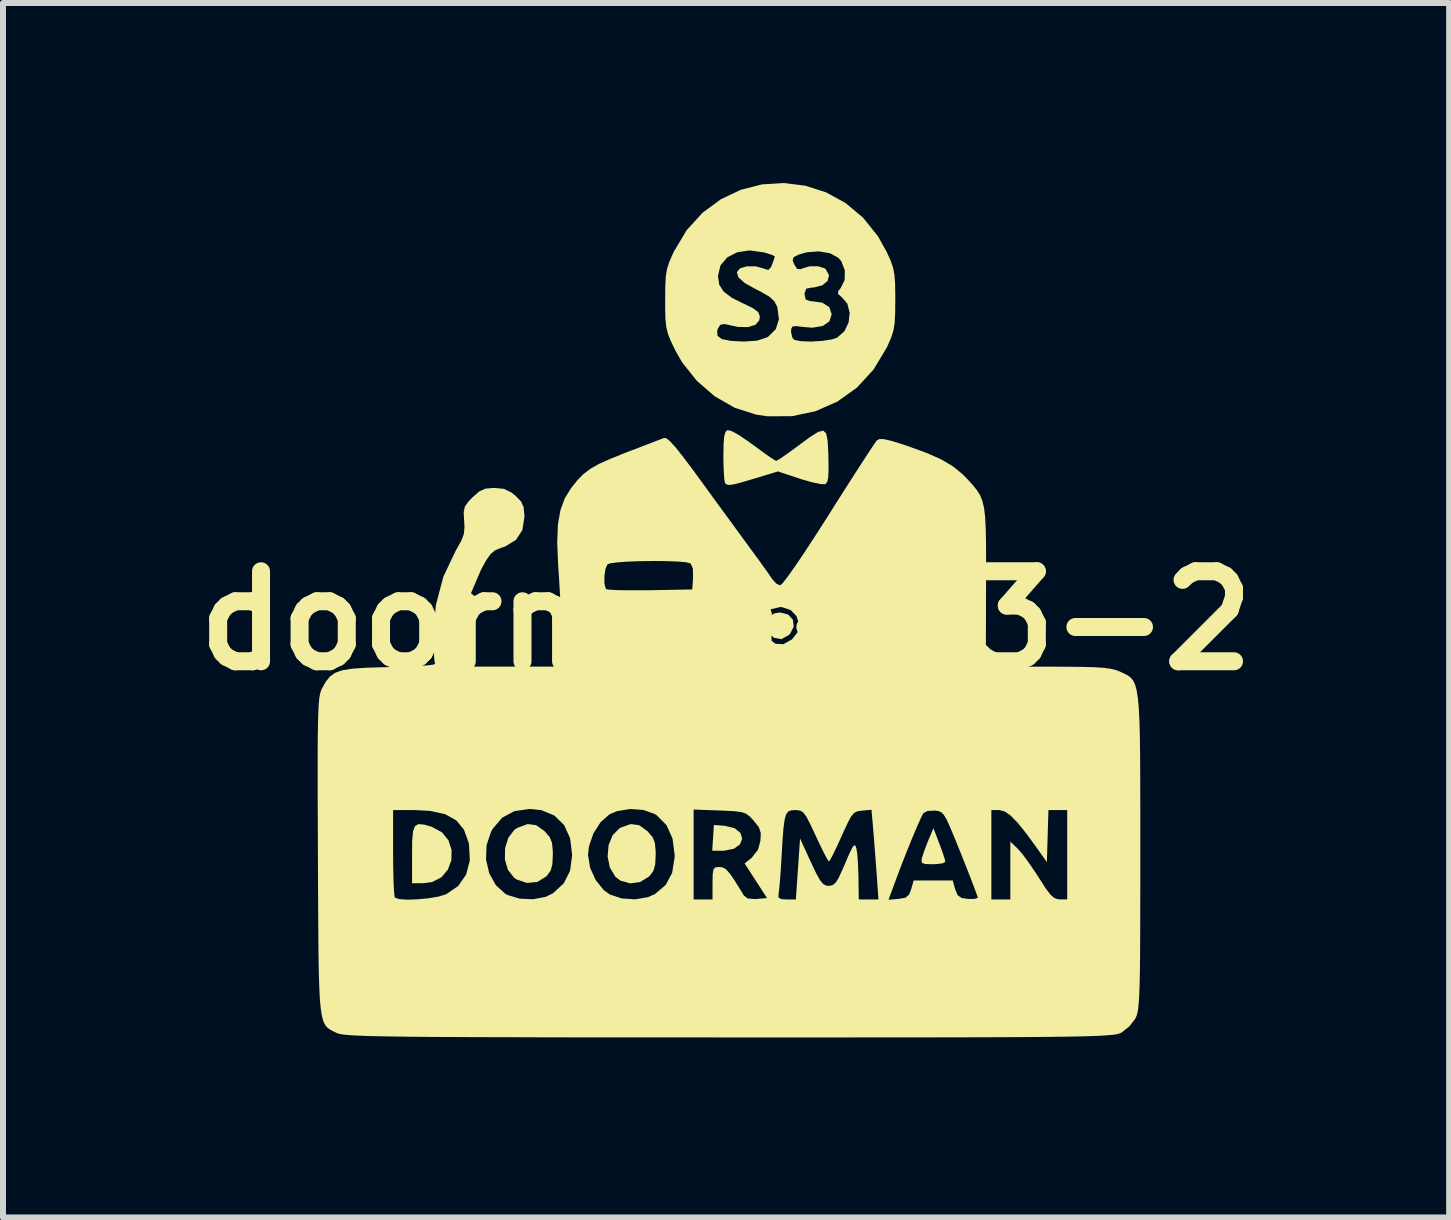
<source format=kicad_pcb>
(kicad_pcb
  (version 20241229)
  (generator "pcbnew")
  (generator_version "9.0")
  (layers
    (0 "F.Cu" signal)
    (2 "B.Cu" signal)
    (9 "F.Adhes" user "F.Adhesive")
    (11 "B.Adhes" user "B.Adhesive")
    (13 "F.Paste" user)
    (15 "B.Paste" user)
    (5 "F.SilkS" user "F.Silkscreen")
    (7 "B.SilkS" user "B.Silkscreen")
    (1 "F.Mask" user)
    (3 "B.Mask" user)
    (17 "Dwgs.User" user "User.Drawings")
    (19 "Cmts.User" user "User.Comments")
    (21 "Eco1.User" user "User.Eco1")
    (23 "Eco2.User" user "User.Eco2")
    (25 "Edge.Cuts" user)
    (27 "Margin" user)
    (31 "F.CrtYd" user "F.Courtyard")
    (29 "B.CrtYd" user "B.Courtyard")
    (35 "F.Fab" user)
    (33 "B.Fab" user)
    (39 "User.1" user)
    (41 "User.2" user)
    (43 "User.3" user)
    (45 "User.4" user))
  (footprint "doorman-s3-2"
    (layer "F.Cu")
    (at 9.05 7.292)
    (property "Reference" "doorman-s3-2" (at 0 0 0) (layer "F.SilkS") (effects (font (size 1.5 1.5) (thickness 0.3))))
    (attr board_only exclude_from_pos_files exclude_from_bom)
    (fp_poly (pts (xy -0.023 3.42) (xy 0.142 3.46) (xy 0.239 3.538) (xy 0.268 3.634) (xy 0.232 3.729) (xy 0.131 3.802) (xy -0.032 3.835) (xy -0.051 3.835) (xy -0.231 3.835) (xy -0.217 3.621) (xy -0.203 3.406)) (stroke (width 0) (type solid)) (fill yes) (layer "F.SilkS"))
    (fp_poly (pts (xy 1.035 -0.101) (xy 1.114 -0.013) (xy 1.127 0.102) (xy 1.066 0.22) (xy 1.045 0.241) (xy 0.922 0.309) (xy 0.803 0.288) (xy 0.748 0.245) (xy 0.688 0.134) (xy 0.685 0.008) (xy 0.731 -0.081) (xy 0.815 -0.123) (xy 0.902 -0.135)) (stroke (width 0) (type solid)) (fill yes) (layer "F.SilkS"))
    (fp_poly (pts (xy 3.555 3.719) (xy 3.608 3.863) (xy 3.644 3.973) (xy 3.654 4.019) (xy 3.614 4.044) (xy 3.512 4.058) (xy 3.446 4.06) (xy 3.321 4.057) (xy 3.265 4.038) (xy 3.257 3.992) (xy 3.265 3.953) (xy 3.3 3.845) (xy 3.354 3.703) (xy 3.374 3.653) (xy 3.456 3.46)) (stroke (width 0) (type solid)) (fill yes) (layer "F.SilkS"))
    (fp_poly (pts (xy -5.028 3.401) (xy -4.907 3.436) (xy -4.736 3.528) (xy -4.626 3.663) (xy -4.574 3.825) (xy -4.578 3.993) (xy -4.636 4.15) (xy -4.744 4.278) (xy -4.901 4.358) (xy -5.037 4.376) (xy -5.233 4.376) (xy -5.233 3.901) (xy -5.231 3.668) (xy -5.217 3.513) (xy -5.184 3.425) (xy -5.124 3.391)) (stroke (width 0) (type solid)) (fill yes) (layer "F.SilkS"))
    (fp_poly (pts (xy -3.165 3.409) (xy -3.027 3.508) (xy -3.019 3.516) (xy -2.941 3.607) (xy -2.901 3.701) (xy -2.888 3.835) (xy -2.887 3.901) (xy -2.895 4.063) (xy -2.925 4.17) (xy -2.988 4.255) (xy -2.998 4.265) (xy -3.147 4.356) (xy -3.321 4.372) (xy -3.491 4.314) (xy -3.534 4.284) (xy -3.637 4.152) (xy -3.686 3.98) (xy -3.683 3.794) (xy -3.63 3.621) (xy -3.529 3.488) (xy -3.474 3.452) (xy -3.306 3.391)) (stroke (width 0) (type solid)) (fill yes) (layer "F.SilkS"))
    (fp_poly (pts (xy -1.448 3.41) (xy -1.309 3.511) (xy -1.305 3.516) (xy -1.226 3.607) (xy -1.187 3.701) (xy -1.174 3.835) (xy -1.173 3.901) (xy -1.181 4.063) (xy -1.211 4.17) (xy -1.273 4.255) (xy -1.284 4.265) (xy -1.43 4.356) (xy -1.599 4.379) (xy -1.76 4.334) (xy -1.844 4.27) (xy -1.937 4.115) (xy -1.974 3.931) (xy -1.958 3.743) (xy -1.891 3.577) (xy -1.775 3.46) (xy -1.758 3.451) (xy -1.59 3.391)) (stroke (width 0) (type solid)) (fill yes) (layer "F.SilkS"))
    (fp_poly (pts (xy 0.089 -3.16) (xy 0.211 -3.094) (xy 0.373 -2.984) (xy 0.446 -2.931) (xy 0.601 -2.817) (xy 0.728 -2.727) (xy 0.813 -2.672) (xy 0.835 -2.662) (xy 0.883 -2.687) (xy 0.985 -2.756) (xy 1.123 -2.855) (xy 1.205 -2.916) (xy 1.399 -3.059) (xy 1.533 -3.144) (xy 1.619 -3.165) (xy 1.668 -3.12) (xy 1.692 -3.003) (xy 1.703 -2.811) (xy 1.705 -2.74) (xy 1.708 -2.53) (xy 1.703 -2.393) (xy 1.688 -2.315) (xy 1.659 -2.278) (xy 1.65 -2.273) (xy 1.578 -2.275) (xy 1.446 -2.302) (xy 1.278 -2.349) (xy 1.223 -2.367) (xy 0.864 -2.486) (xy 0.486 -2.371) (xy 0.282 -2.31) (xy 0.148 -2.274) (xy 0.064 -2.26) (xy 0.016 -2.265) (xy -0.015 -2.286) (xy -0.028 -2.341) (xy -0.038 -2.466) (xy -0.044 -2.636) (xy -0.045 -2.732) (xy -0.042 -2.939) (xy -0.031 -3.072) (xy -0.009 -3.145) (xy 0.022 -3.174)) (stroke (width 0) (type solid)) (fill yes) (layer "F.SilkS"))
    (fp_poly (pts (xy 1.318 -7.248) (xy 1.665 -7.137) (xy 1.991 -6.959) (xy 2.283 -6.714) (xy 2.533 -6.402) (xy 2.675 -6.147) (xy 2.74 -6.005) (xy 2.781 -5.887) (xy 2.805 -5.767) (xy 2.817 -5.616) (xy 2.82 -5.409) (xy 2.82 -5.346) (xy 2.818 -5.121) (xy 2.809 -4.959) (xy 2.789 -4.834) (xy 2.752 -4.718) (xy 2.694 -4.584) (xy 2.675 -4.545) (xy 2.457 -4.183) (xy 2.18 -3.882) (xy 1.854 -3.649) (xy 1.49 -3.489) (xy 1.097 -3.406) (xy 0.685 -3.405) (xy 0.498 -3.433) (xy 0.145 -3.546) (xy -0.189 -3.737) (xy -0.486 -3.994) (xy -0.733 -4.304) (xy -0.846 -4.502) (xy -0.92 -4.657) (xy -0.969 -4.778) (xy -0.98 -4.825) (xy -0.149 -4.825) (xy -0.142 -4.745) (xy -0.069 -4.691) (xy 0.08 -4.661) (xy 0.293 -4.65) (xy 0.515 -4.665) (xy 0.677 -4.718) (xy 0.704 -4.733) (xy 0.783 -4.811) (xy 1.083 -4.811) (xy 1.103 -4.718) (xy 1.139 -4.677) (xy 1.254 -4.655) (xy 1.421 -4.65) (xy 1.601 -4.661) (xy 1.76 -4.685) (xy 1.846 -4.712) (xy 1.97 -4.819) (xy 2.042 -4.968) (xy 2.06 -5.131) (xy 2.02 -5.283) (xy 1.928 -5.39) (xy 1.864 -5.445) (xy 1.871 -5.494) (xy 1.909 -5.54) (xy 1.976 -5.675) (xy 1.979 -5.836) (xy 1.921 -5.987) (xy 1.871 -6.046) (xy 1.734 -6.121) (xy 1.548 -6.153) (xy 1.345 -6.138) (xy 1.207 -6.098) (xy 1.123 -6.054) (xy 1.11 -5.999) (xy 1.135 -5.936) (xy 1.185 -5.859) (xy 1.246 -5.857) (xy 1.267 -5.867) (xy 1.391 -5.904) (xy 1.53 -5.905) (xy 1.64 -5.872) (xy 1.66 -5.856) (xy 1.715 -5.756) (xy 1.692 -5.661) (xy 1.604 -5.587) (xy 1.463 -5.551) (xy 1.424 -5.549) (xy 1.337 -5.532) (xy 1.309 -5.462) (xy 1.308 -5.436) (xy 1.327 -5.35) (xy 1.4 -5.324) (xy 1.418 -5.324) (xy 1.603 -5.298) (xy 1.719 -5.225) (xy 1.759 -5.107) (xy 1.76 -5.105) (xy 1.721 -4.985) (xy 1.61 -4.909) (xy 1.438 -4.881) (xy 1.286 -4.893) (xy 1.162 -4.908) (xy 1.102 -4.898) (xy 1.084 -4.854) (xy 1.083 -4.811) (xy 0.783 -4.811) (xy 0.829 -4.857) (xy 0.881 -5.024) (xy 0.855 -5.22) (xy 0.85 -5.235) (xy 0.803 -5.323) (xy 0.72 -5.399) (xy 0.579 -5.481) (xy 0.502 -5.519) (xy 0.312 -5.625) (xy 0.204 -5.722) (xy 0.18 -5.807) (xy 0.232 -5.87) (xy 0.348 -5.904) (xy 0.496 -5.903) (xy 0.628 -5.867) (xy 0.635 -5.863) (xy 0.704 -5.843) (xy 0.748 -5.889) (xy 0.767 -5.934) (xy 0.8 -6.025) (xy 0.812 -6.069) (xy 0.773 -6.091) (xy 0.675 -6.123) (xy 0.627 -6.137) (xy 0.392 -6.169) (xy 0.185 -6.138) (xy 0.018 -6.052) (xy -0.093 -5.919) (xy -0.135 -5.745) (xy -0.135 -5.74) (xy -0.114 -5.598) (xy -0.04 -5.482) (xy 0.098 -5.378) (xy 0.292 -5.282) (xy 0.449 -5.206) (xy 0.535 -5.141) (xy 0.563 -5.071) (xy 0.554 -5.005) (xy 0.491 -4.93) (xy 0.368 -4.891) (xy 0.205 -4.893) (xy 0.109 -4.913) (xy -0.024 -4.942) (xy -0.097 -4.929) (xy -0.137 -4.865) (xy -0.149 -4.825) (xy -0.98 -4.825) (xy -0.997 -4.893) (xy -1.011 -5.029) (xy -1.015 -5.212) (xy -1.015 -5.344) (xy -1.013 -5.569) (xy -1.005 -5.732) (xy -0.985 -5.857) (xy -0.948 -5.973) (xy -0.89 -6.106) (xy -0.871 -6.147) (xy -0.657 -6.506) (xy -0.392 -6.797) (xy -0.088 -7.021) (xy 0.245 -7.179) (xy 0.597 -7.269) (xy 0.958 -7.292)) (stroke (width 0) (type solid)) (fill yes) (layer "F.SilkS"))
    (fp_poly (pts (xy -0.993 -3.037) (xy -0.931 -2.986) (xy -0.84 -2.885) (xy -0.714 -2.726) (xy -0.547 -2.504) (xy -0.425 -2.337) (xy -0.237 -2.078) (xy -0.043 -1.813) (xy 0.141 -1.561) (xy 0.3 -1.343) (xy 0.408 -1.196) (xy 0.536 -1.021) (xy 0.65 -0.863) (xy 0.734 -0.743) (xy 0.771 -0.688) (xy 0.842 -0.612) (xy 0.902 -0.587) (xy 0.944 -0.625) (xy 1.027 -0.732) (xy 1.147 -0.901) (xy 1.298 -1.124) (xy 1.475 -1.394) (xy 1.673 -1.703) (xy 1.714 -1.768) (xy 1.9 -2.062) (xy 2.073 -2.334) (xy 2.227 -2.573) (xy 2.354 -2.768) (xy 2.448 -2.911) (xy 2.504 -2.992) (xy 2.515 -3.004) (xy 2.557 -3.026) (xy 2.63 -3.024) (xy 2.751 -2.996) (xy 2.934 -2.94) (xy 3.028 -2.908) (xy 3.345 -2.793) (xy 3.592 -2.683) (xy 3.786 -2.567) (xy 3.946 -2.435) (xy 4.028 -2.351) (xy 4.113 -2.257) (xy 4.18 -2.173) (xy 4.233 -2.09) (xy 4.271 -1.995) (xy 4.299 -1.878) (xy 4.317 -1.727) (xy 4.327 -1.531) (xy 4.332 -1.279) (xy 4.333 -0.959) (xy 4.332 -0.562) (xy 4.329 0.767) (xy 5.357 0.768) (xy 5.696 0.769) (xy 5.957 0.772) (xy 6.155 0.778) (xy 6.301 0.788) (xy 6.409 0.803) (xy 6.492 0.823) (xy 6.562 0.85) (xy 6.568 0.852) (xy 6.635 0.883) (xy 6.693 0.913) (xy 6.742 0.949) (xy 6.783 0.998) (xy 6.816 1.067) (xy 6.842 1.162) (xy 6.863 1.292) (xy 6.878 1.462) (xy 6.889 1.679) (xy 6.896 1.95) (xy 6.9 2.283) (xy 6.902 2.684) (xy 6.903 3.159) (xy 6.903 3.716) (xy 6.903 3.865) (xy 6.903 4.418) (xy 6.902 4.888) (xy 6.901 5.283) (xy 6.899 5.609) (xy 6.896 5.874) (xy 6.891 6.084) (xy 6.885 6.249) (xy 6.877 6.373) (xy 6.868 6.466) (xy 6.856 6.533) (xy 6.842 6.583) (xy 6.825 6.622) (xy 6.82 6.633) (xy 6.722 6.761) (xy 6.596 6.862) (xy 6.583 6.869) (xy 6.558 6.88) (xy 6.524 6.89) (xy 6.477 6.899) (xy 6.412 6.906) (xy 6.325 6.913) (xy 6.212 6.92) (xy 6.068 6.925) (xy 5.888 6.93) (xy 5.669 6.934) (xy 5.405 6.937) (xy 5.092 6.94) (xy 4.726 6.942) (xy 4.302 6.944) (xy 3.817 6.945) (xy 3.264 6.946) (xy 2.64 6.946) (xy 1.941 6.947) (xy 1.161 6.947) (xy 0.297 6.947) (xy 0.045 6.947) (xy -0.848 6.946) (xy -1.655 6.946) (xy -2.38 6.946) (xy -3.029 6.945) (xy -3.604 6.943) (xy -4.112 6.942) (xy -4.555 6.94) (xy -4.94 6.938) (xy -5.269 6.935) (xy -5.547 6.931) (xy -5.779 6.927) (xy -5.969 6.923) (xy -6.122 6.917) (xy -6.241 6.911) (xy -6.332 6.904) (xy -6.398 6.896) (xy -6.445 6.887) (xy -6.476 6.878) (xy -6.483 6.875) (xy -6.546 6.845) (xy -6.599 6.817) (xy -6.644 6.784) (xy -6.681 6.739) (xy -6.712 6.675) (xy -6.736 6.585) (xy -6.755 6.463) (xy -6.77 6.301) (xy -6.78 6.093) (xy -6.788 5.831) (xy -6.793 5.508) (xy -6.796 5.119) (xy -6.799 4.655) (xy -6.799 4.652) (xy 2.707 4.652) (xy 2.875 4.638) (xy 2.991 4.618) (xy 3.052 4.564) (xy 3.084 4.478) (xy 3.126 4.331) (xy 3.451 4.331) (xy 3.777 4.331) (xy 3.818 4.478) (xy 3.86 4.578) (xy 3.928 4.623) (xy 4.028 4.638) (xy 4.136 4.639) (xy 4.192 4.622) (xy 4.195 4.616) (xy 4.178 4.564) (xy 4.133 4.443) (xy 4.066 4.267) (xy 3.981 4.052) (xy 3.913 3.88) (xy 3.809 3.623) (xy 3.732 3.439) (xy 3.674 3.313) (xy 3.627 3.235) (xy 3.584 3.193) (xy 3.539 3.174) (xy 3.483 3.166) (xy 3.479 3.166) (xy 3.354 3.173) (xy 3.287 3.211) (xy 3.244 3.295) (xy 3.178 3.445) (xy 3.095 3.641) (xy 3.004 3.866) (xy 2.912 4.101) (xy 2.843 4.285) (xy 2.707 4.652) (xy -6.799 4.652) (xy -6.801 4.11) (xy -6.802 3.925) (xy -6.804 3.368) (xy -6.805 3.158) (xy -5.549 3.158) (xy -5.549 3.872) (xy -5.547 4.118) (xy -5.542 4.33) (xy -5.535 4.495) (xy -5.525 4.595) (xy -5.519 4.617) (xy -5.446 4.642) (xy -5.31 4.651) (xy -5.138 4.645) (xy -4.955 4.627) (xy -4.789 4.599) (xy -4.664 4.561) (xy -4.662 4.559) (xy -4.465 4.424) (xy -4.332 4.233) (xy -4.271 3.999) (xy -4.271 3.983) (xy -4 3.983) (xy -3.947 4.211) (xy -3.839 4.407) (xy -3.682 4.551) (xy -3.643 4.573) (xy -3.44 4.634) (xy -3.215 4.644) (xy -3.003 4.603) (xy -2.885 4.545) (xy -2.705 4.379) (xy -2.6 4.17) (xy -2.565 3.909) (xy -2.565 3.906) (xy -2.565 3.905) (xy -2.301 3.905) (xy -2.266 4.119) (xy -2.173 4.324) (xy -2.039 4.491) (xy -1.94 4.563) (xy -1.74 4.63) (xy -1.513 4.645) (xy -1.298 4.608) (xy -1.184 4.557) (xy -1.006 4.405) (xy -0.899 4.205) (xy -0.858 3.948) (xy -0.857 3.909) (xy -0.892 3.634) (xy -0.992 3.41) (xy -1.155 3.245) (xy -1.189 3.223) (xy -1.377 3.156) (xy -1.47 3.149) (xy -0.541 3.149) (xy -0.541 3.898) (xy -0.541 4.647) (xy -0.383 4.647) (xy -0.226 4.647) (xy -0.226 4.376) (xy -0.223 4.226) (xy -0.21 4.145) (xy -0.178 4.112) (xy -0.117 4.106) (xy -0.112 4.106) (xy -0.054 4.114) (xy 0.000366 4.146) (xy 0.063 4.216) (xy 0.145 4.336) (xy 0.258 4.518) (xy 0.293 4.578) (xy 0.36 4.631) (xy 0.485 4.641) (xy 0.511 4.639) (xy 0.683 4.624) (xy 0.676 4.614) (xy 0.873 4.614) (xy 0.919 4.642) (xy 1.009 4.647) (xy 1.163 4.647) (xy 1.198 4.139) (xy 1.233 3.632) (xy 1.414 4.027) (xy 1.502 4.212) (xy 1.567 4.329) (xy 1.62 4.392) (xy 1.672 4.418) (xy 1.711 4.421) (xy 1.771 4.411) (xy 1.822 4.373) (xy 1.875 4.29) (xy 1.942 4.145) (xy 1.983 4.049) (xy 2.058 3.876) (xy 2.107 3.777) (xy 2.139 3.742) (xy 2.16 3.761) (xy 2.17 3.79) (xy 2.186 3.888) (xy 2.198 4.045) (xy 2.205 4.232) (xy 2.206 4.275) (xy 2.211 4.647) (xy 2.375 4.647) (xy 2.539 4.647) (xy 2.51 4.23) (xy 2.492 3.992) (xy 2.473 3.74) (xy 2.455 3.521) (xy 2.452 3.483) (xy 2.424 3.158) (xy 4.421 3.158) (xy 4.421 3.902) (xy 4.421 4.647) (xy 4.579 4.647) (xy 4.737 4.647) (xy 4.737 4.165) (xy 4.737 3.683) (xy 4.861 3.802) (xy 4.941 3.894) (xy 5.048 4.039) (xy 5.164 4.21) (xy 5.211 4.283) (xy 5.322 4.456) (xy 5.404 4.565) (xy 5.469 4.623) (xy 5.532 4.644) (xy 5.56 4.646) (xy 5.685 4.647) (xy 5.685 3.902) (xy 5.685 3.158) (xy 5.528 3.158) (xy 5.372 3.158) (xy 5.359 3.592) (xy 5.346 4.026) (xy 5.191 3.806) (xy 5.007 3.553) (xy 4.859 3.369) (xy 4.74 3.247) (xy 4.642 3.18) (xy 4.556 3.158) (xy 4.552 3.158) (xy 4.421 3.158) (xy 2.424 3.158) (xy 2.423 3.153) (xy 2.266 3.167) (xy 2.192 3.177) (xy 2.137 3.203) (xy 2.086 3.261) (xy 2.029 3.366) (xy 1.952 3.533) (xy 1.923 3.598) (xy 1.843 3.773) (xy 1.776 3.911) (xy 1.729 3.997) (xy 1.714 4.015) (xy 1.687 3.977) (xy 1.631 3.873) (xy 1.557 3.721) (xy 1.494 3.587) (xy 1.404 3.395) (xy 1.34 3.271) (xy 1.289 3.2) (xy 1.239 3.168) (xy 1.178 3.158) (xy 1.15 3.158) (xy 1.084 3.162) (xy 1.035 3.182) (xy 1 3.231) (xy 0.975 3.32) (xy 0.956 3.464) (xy 0.94 3.672) (xy 0.924 3.948) (xy 0.911 4.16) (xy 0.897 4.348) (xy 0.884 4.487) (xy 0.876 4.545) (xy 0.873 4.614) (xy 0.676 4.614) (xy 0.496 4.336) (xy 0.309 4.047) (xy 0.428 3.952) (xy 0.532 3.818) (xy 0.572 3.672) (xy 0.579 3.543) (xy 0.547 3.445) (xy 0.461 3.335) (xy 0.46 3.334) (xy 0.393 3.263) (xy 0.332 3.217) (xy 0.253 3.191) (xy 0.135 3.176) (xy -0.045 3.167) (xy -0.109 3.165) (xy -0.541 3.149) (xy -1.47 3.149) (xy -1.6 3.14) (xy -1.819 3.176) (xy -1.942 3.228) (xy -2.091 3.359) (xy -2.211 3.547) (xy -2.285 3.761) (xy -2.301 3.905) (xy -2.565 3.905) (xy -2.599 3.628) (xy -2.699 3.408) (xy -2.86 3.25) (xy -3.077 3.159) (xy -3.271 3.139) (xy -3.527 3.175) (xy -3.732 3.285) (xy -3.889 3.47) (xy -3.917 3.52) (xy -3.992 3.745) (xy -4 3.983) (xy -4.271 3.983) (xy -4.284 3.734) (xy -4.291 3.7) (xy -4.368 3.485) (xy -4.496 3.329) (xy -4.682 3.226) (xy -4.934 3.171) (xy -5.187 3.158) (xy -5.549 3.158) (xy -6.805 3.158) (xy -6.806 2.894) (xy -6.806 2.496) (xy -6.806 2.166) (xy -6.804 1.898) (xy -6.8 1.684) (xy -6.795 1.518) (xy -6.788 1.391) (xy -6.779 1.297) (xy -6.768 1.228) (xy -6.754 1.178) (xy -6.738 1.139) (xy -6.734 1.131) (xy -6.67 1.017) (xy -6.601 0.932) (xy -6.515 0.87) (xy -6.396 0.828) (xy -6.233 0.802) (xy -6.01 0.786) (xy -5.715 0.777) (xy -5.613 0.775) (xy -5.356 0.769) (xy -5.138 0.759) (xy -4.973 0.746) (xy -4.873 0.733) (xy -4.85 0.721) (xy -4.861 0.662) (xy -4.87 0.533) (xy -4.875 0.358) (xy -4.876 0.239) (xy -4.836 -0.26) (xy -4.712 -0.73) (xy -4.505 -1.166) (xy -4.497 -1.18) (xy -4.412 -1.332) (xy -4.369 -1.447) (xy -4.359 -1.564) (xy -4.365 -1.663) (xy -4.373 -1.806) (xy -4.353 -1.9) (xy -4.291 -1.987) (xy -4.228 -2.052) (xy -4.114 -2.152) (xy -4.009 -2.199) (xy -3.87 -2.211) (xy -3.863 -2.211) (xy -3.702 -2.195) (xy -3.578 -2.135) (xy -3.508 -2.079) (xy -3.417 -1.985) (xy -3.374 -1.892) (xy -3.361 -1.759) (xy -3.361 -1.722) (xy -3.396 -1.506) (xy -3.501 -1.346) (xy -3.68 -1.235) (xy -3.751 -1.211) (xy -3.847 -1.173) (xy -3.922 -1.111) (xy -3.997 -1.006) (xy -4.079 -0.858) (xy -4.265 -0.424) (xy -4.361 0.004) (xy -4.368 0.43) (xy -4.347 0.598) (xy -4.319 0.767) (xy -3.512 0.767) (xy -2.704 0.767) (xy -2.731 0.214) (xy -2.741 0.035) (xy 0.596 0.035) (xy 0.618 0.178) (xy 0.697 0.295) (xy 0.827 0.387) (xy 0.956 0.393) (xy 1.099 0.313) (xy 1.099 0.313) (xy 1.193 0.192) (xy 1.215 0.054) (xy 1.173 -0.076) (xy 1.075 -0.177) (xy 0.93 -0.224) (xy 0.902 -0.226) (xy 0.747 -0.189) (xy 0.642 -0.095) (xy 0.596 0.035) (xy -2.741 0.035) (xy -2.746 -0.066) (xy -2.765 -0.39) (xy -2.784 -0.714) (xy -2.786 -0.74) (xy -2.028 -0.74) (xy -2.027 -0.617) (xy -2.005 -0.533) (xy -1.999 -0.525) (xy -1.945 -0.515) (xy -1.818 -0.508) (xy -1.632 -0.505) (xy -1.405 -0.505) (xy -1.266 -0.506) (xy -0.564 -0.519) (xy -0.55 -0.717) (xy -0.554 -0.871) (xy -0.592 -0.952) (xy -0.595 -0.954) (xy -0.668 -0.972) (xy -0.809 -0.984) (xy -0.997 -0.991) (xy -1.211 -0.993) (xy -1.433 -0.99) (xy -1.64 -0.983) (xy -1.814 -0.97) (xy -1.933 -0.954) (xy -1.976 -0.938) (xy -2.01 -0.861) (xy -2.028 -0.74) (xy -2.786 -0.74) (xy -2.799 -0.932) (xy -2.814 -1.301) (xy -2.803 -1.598) (xy -2.761 -1.838) (xy -2.688 -2.038) (xy -2.582 -2.209) (xy -2.479 -2.338) (xy -2.379 -2.44) (xy -2.265 -2.527) (xy -2.122 -2.609) (xy -1.931 -2.695) (xy -1.677 -2.797) (xy -1.575 -2.836) (xy -1.378 -2.911) (xy -1.207 -2.977) (xy -1.084 -3.024) (xy -1.032 -3.044)) (stroke (width 0) (type solid)) (fill yes) (layer "F.SilkS")))
  (gr_rect
    (start -3 -3)
    (end 21.1 17.239)
    (stroke (width 0.1) (type default))
    (fill no)
    (layer "Edge.Cuts")))
</source>
